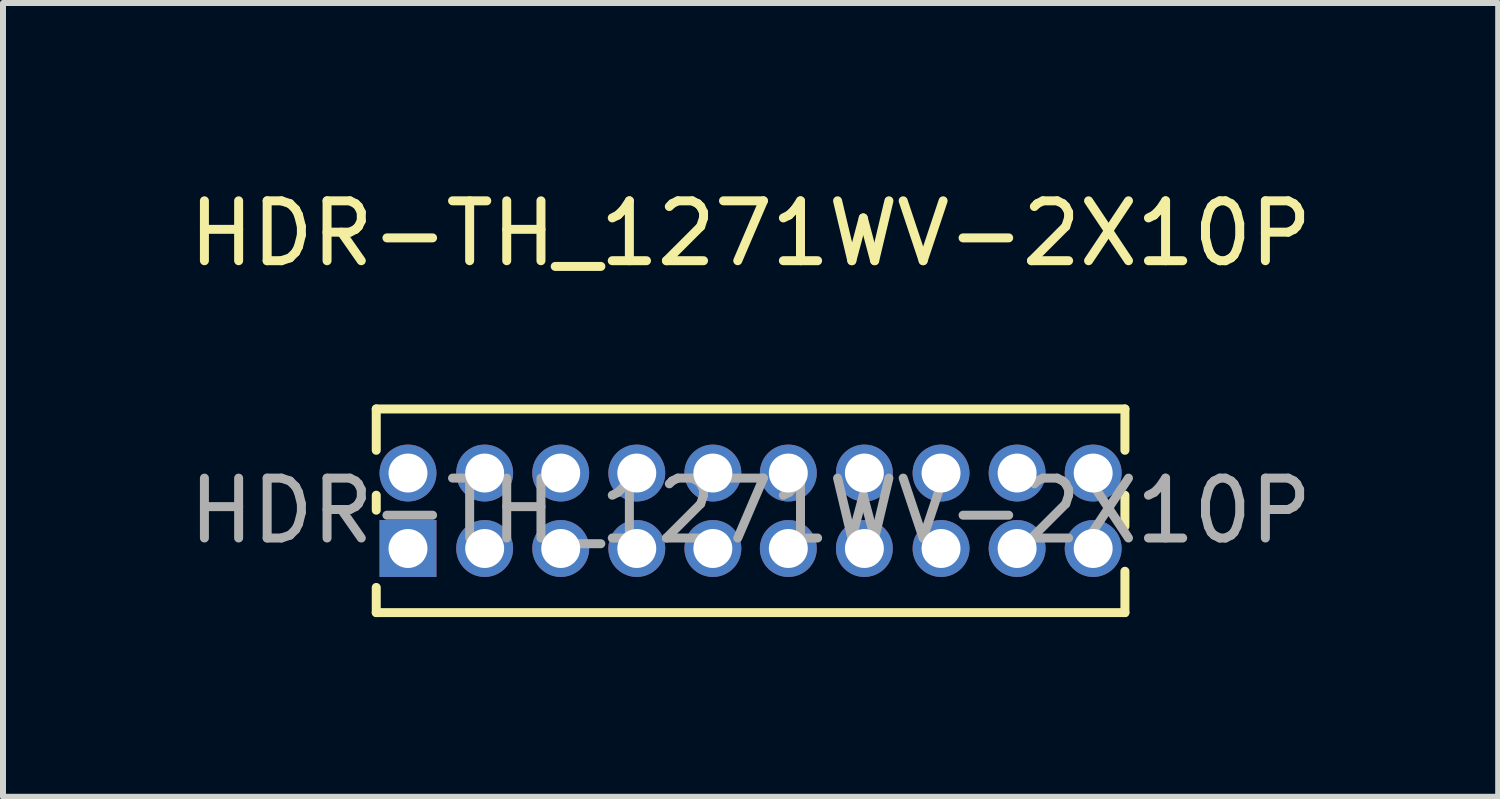
<source format=kicad_pcb>
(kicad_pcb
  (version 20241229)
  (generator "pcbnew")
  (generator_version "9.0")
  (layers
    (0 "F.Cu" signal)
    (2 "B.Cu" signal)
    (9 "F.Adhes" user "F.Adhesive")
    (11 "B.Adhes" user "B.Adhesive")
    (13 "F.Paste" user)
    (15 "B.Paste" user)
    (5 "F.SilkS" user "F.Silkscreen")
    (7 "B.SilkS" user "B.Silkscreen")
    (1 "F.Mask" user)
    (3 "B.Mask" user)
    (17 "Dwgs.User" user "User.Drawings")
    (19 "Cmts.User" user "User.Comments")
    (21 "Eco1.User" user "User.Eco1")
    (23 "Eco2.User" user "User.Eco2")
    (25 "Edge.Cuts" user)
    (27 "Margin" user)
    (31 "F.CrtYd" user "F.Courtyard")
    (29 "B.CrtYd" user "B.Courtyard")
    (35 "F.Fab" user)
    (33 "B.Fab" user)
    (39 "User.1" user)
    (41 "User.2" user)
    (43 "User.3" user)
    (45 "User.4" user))
  (footprint "HDR-TH_1271WV-2X10P"
    (layer "F.Cu")
    (at 9.482 5.478)
    (property "Reference" "HDR-TH_1271WV-2X10P" (at 0 -4.63 0) (layer "F.SilkS") (effects (font (size 1 1) (thickness 0.15))))
    (attr through_hole)
    (fp_line (start -6.25 -1.7) (end -6.25 -1.01) (stroke (width 0.15) (type solid)) (layer "F.SilkS"))
    (fp_line (start -6.25 -1.7) (end 6.25 -1.7) (stroke (width 0.15) (type solid)) (layer "F.SilkS"))
    (fp_line (start -6.25 -0.26) (end -6.25 -0.01) (stroke (width 0.15) (type solid)) (layer "F.SilkS"))
    (fp_line (start -6.25 1.28) (end -6.25 1.7) (stroke (width 0.15) (type solid)) (layer "F.SilkS"))
    (fp_line (start -6.25 1.7) (end 6.25 1.7) (stroke (width 0.15) (type solid)) (layer "F.SilkS"))
    (fp_line (start 6.25 -1.7) (end 6.25 -1.01) (stroke (width 0.15) (type solid)) (layer "F.SilkS"))
    (fp_line (start 6.25 -0.26) (end 6.25 0.26) (stroke (width 0.15) (type solid)) (layer "F.SilkS"))
    (fp_line (start 6.25 1.01) (end 6.25 1.7) (stroke (width 0.15) (type solid)) (layer "F.SilkS"))
    (fp_text user "${REFERENCE}" (at 0 0 0) (layer "F.Fab") (effects (font (size 1 1) (thickness 0.15))))
    (pad "1" thru_hole rect (at -5.72 0.63) (size 0.95 0.95) (drill 0.65) (layers "*.Cu" "*.Mask"))
    (pad "2" thru_hole circle (at -5.72 -0.63) (size 0.95 0.95) (drill 0.65) (layers "*.Cu" "*.Mask"))
    (pad "3" thru_hole circle (at -4.44 0.63) (size 0.95 0.95) (drill 0.65) (layers "*.Cu" "*.Mask"))
    (pad "4" thru_hole circle (at -4.44 -0.63) (size 0.95 0.95) (drill 0.65) (layers "*.Cu" "*.Mask"))
    (pad "5" thru_hole circle (at -3.17 0.63) (size 0.95 0.95) (drill 0.65) (layers "*.Cu" "*.Mask"))
    (pad "6" thru_hole circle (at -3.17 -0.63) (size 0.95 0.95) (drill 0.65) (layers "*.Cu" "*.Mask"))
    (pad "7" thru_hole circle (at -1.9 0.63) (size 0.95 0.95) (drill 0.65) (layers "*.Cu" "*.Mask"))
    (pad "8" thru_hole circle (at -1.9 -0.63) (size 0.95 0.95) (drill 0.65) (layers "*.Cu" "*.Mask"))
    (pad "9" thru_hole circle (at -0.63 0.63) (size 0.95 0.95) (drill 0.65) (layers "*.Cu" "*.Mask"))
    (pad "10" thru_hole circle (at -0.63 -0.63) (size 0.95 0.95) (drill 0.65) (layers "*.Cu" "*.Mask"))
    (pad "11" thru_hole circle (at 0.63 0.63) (size 0.95 0.95) (drill 0.65) (layers "*.Cu" "*.Mask"))
    (pad "12" thru_hole circle (at 0.63 -0.63) (size 0.95 0.95) (drill 0.65) (layers "*.Cu" "*.Mask"))
    (pad "13" thru_hole circle (at 1.9 0.63) (size 0.95 0.95) (drill 0.65) (layers "*.Cu" "*.Mask"))
    (pad "14" thru_hole circle (at 1.9 -0.63) (size 0.95 0.95) (drill 0.65) (layers "*.Cu" "*.Mask"))
    (pad "15" thru_hole circle (at 3.18 0.63) (size 0.95 0.95) (drill 0.65) (layers "*.Cu" "*.Mask"))
    (pad "16" thru_hole circle (at 3.18 -0.63) (size 0.95 0.95) (drill 0.65) (layers "*.Cu" "*.Mask"))
    (pad "17" thru_hole circle (at 4.45 0.63) (size 0.95 0.95) (drill 0.65) (layers "*.Cu" "*.Mask"))
    (pad "18" thru_hole circle (at 4.45 -0.63) (size 0.95 0.95) (drill 0.65) (layers "*.Cu" "*.Mask"))
    (pad "19" thru_hole circle (at 5.72 0.63) (size 0.95 0.95) (drill 0.65) (layers "*.Cu" "*.Mask"))
    (pad "20" thru_hole circle (at 5.72 -0.63) (size 0.95 0.95) (drill 0.65) (layers "*.Cu" "*.Mask")))
  (gr_rect
    (start -3 -3)
    (end 21.964 10.253)
    (stroke (width 0.1) (type default))
    (fill no)
    (layer "Edge.Cuts")))
</source>
